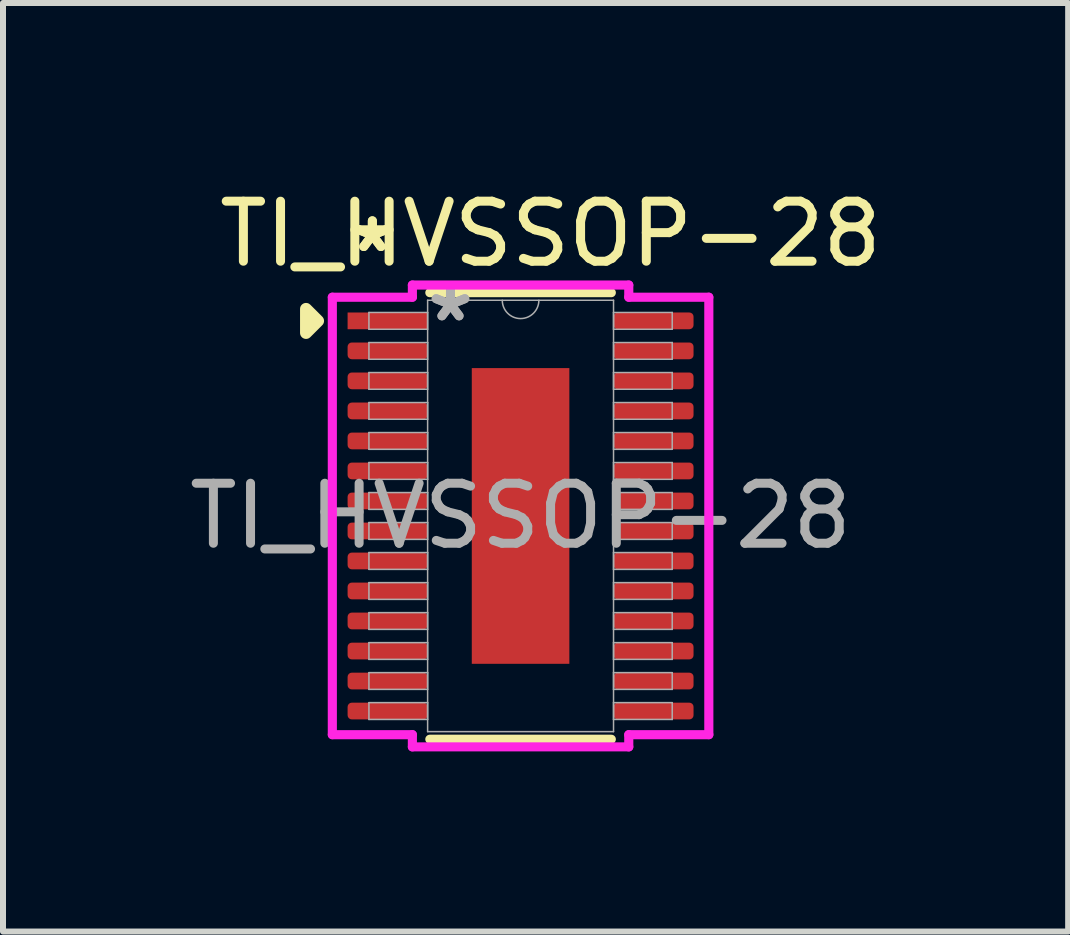
<source format=kicad_pcb>
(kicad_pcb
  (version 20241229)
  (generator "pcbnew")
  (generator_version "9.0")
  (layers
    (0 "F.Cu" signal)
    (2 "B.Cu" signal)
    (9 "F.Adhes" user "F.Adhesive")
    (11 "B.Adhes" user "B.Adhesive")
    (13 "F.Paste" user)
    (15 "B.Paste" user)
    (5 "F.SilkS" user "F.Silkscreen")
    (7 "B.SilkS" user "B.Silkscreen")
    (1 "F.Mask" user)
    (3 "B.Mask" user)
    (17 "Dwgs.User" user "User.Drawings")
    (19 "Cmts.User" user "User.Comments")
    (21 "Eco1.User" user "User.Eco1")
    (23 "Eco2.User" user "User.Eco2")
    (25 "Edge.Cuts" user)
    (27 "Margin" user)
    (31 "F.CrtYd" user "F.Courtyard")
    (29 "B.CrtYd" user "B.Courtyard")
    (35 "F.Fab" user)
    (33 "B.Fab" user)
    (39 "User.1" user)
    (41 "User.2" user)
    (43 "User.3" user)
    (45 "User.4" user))
  (footprint "TI_HVSSOP-28"
    (layer "F.Cu")
    (at 5.625 5.548)
    (property "Reference" "TI_HVSSOP-28" (at 0.5 -4.7 0) (unlocked yes) (layer "F.SilkS") (effects (font (size 1 1) (thickness 0.15))))
    (attr smd)
    (fp_line (start -1.512 3.721) (end 1.512 3.721) (stroke (width 0.152) (type solid)) (layer "F.SilkS"))
    (fp_line (start 1.512 -3.721) (end -1.512 -3.721) (stroke (width 0.152) (type solid)) (layer "F.SilkS"))
    (fp_poly (pts (xy -3.375 -3.25) (xy -3.575 -3.45) (xy -3.575 -3.05)) (stroke (width 0.2) (type solid)) (fill yes) (layer "F.SilkS"))
    (fp_poly (pts (xy -0.713 -2.364) (xy -0.713 -0.921) (xy 0.713 -0.921) (xy 0.713 -2.364)) (stroke (width 0) (type solid)) (fill yes) (layer "F.Paste"))
    (fp_poly (pts (xy -0.713 -0.721) (xy -0.713 0.721) (xy 0.713 0.721) (xy 0.713 -0.721)) (stroke (width 0) (type solid)) (fill yes) (layer "F.Paste"))
    (fp_poly (pts (xy -0.713 0.921) (xy -0.713 2.364) (xy 0.713 2.364) (xy 0.713 0.921)) (stroke (width 0) (type solid)) (fill yes) (layer "F.Paste"))
    (fp_line (start -3.137 -3.645) (end -1.803 -3.645) (stroke (width 0.152) (type solid)) (layer "F.CrtYd"))
    (fp_line (start -3.137 3.645) (end -3.137 -3.645) (stroke (width 0.152) (type solid)) (layer "F.CrtYd"))
    (fp_line (start -3.137 3.645) (end -1.803 3.645) (stroke (width 0.152) (type solid)) (layer "F.CrtYd"))
    (fp_line (start -1.803 -3.848) (end 1.803 -3.848) (stroke (width 0.152) (type solid)) (layer "F.CrtYd"))
    (fp_line (start -1.803 -3.645) (end -1.803 -3.848) (stroke (width 0.152) (type solid)) (layer "F.CrtYd"))
    (fp_line (start -1.803 3.848) (end -1.803 3.645) (stroke (width 0.152) (type solid)) (layer "F.CrtYd"))
    (fp_line (start 1.803 -3.848) (end 1.803 -3.645) (stroke (width 0.152) (type solid)) (layer "F.CrtYd"))
    (fp_line (start 1.803 3.645) (end 1.803 3.848) (stroke (width 0.152) (type solid)) (layer "F.CrtYd"))
    (fp_line (start 1.803 3.848) (end -1.803 3.848) (stroke (width 0.152) (type solid)) (layer "F.CrtYd"))
    (fp_line (start 3.137 -3.645) (end 1.803 -3.645) (stroke (width 0.152) (type solid)) (layer "F.CrtYd"))
    (fp_line (start 3.137 -3.645) (end 3.137 3.645) (stroke (width 0.152) (type solid)) (layer "F.CrtYd"))
    (fp_line (start 3.137 3.645) (end 1.803 3.645) (stroke (width 0.152) (type solid)) (layer "F.CrtYd"))
    (fp_line (start -2.527 -3.391) (end -2.527 -3.111) (stroke (width 0.025) (type solid)) (layer "F.Fab"))
    (fp_line (start -2.527 -3.111) (end -1.549 -3.111) (stroke (width 0.025) (type solid)) (layer "F.Fab"))
    (fp_line (start -2.527 -2.89) (end -2.527 -2.611) (stroke (width 0.025) (type solid)) (layer "F.Fab"))
    (fp_line (start -2.527 -2.611) (end -1.549 -2.611) (stroke (width 0.025) (type solid)) (layer "F.Fab"))
    (fp_line (start -2.527 -2.39) (end -2.527 -2.111) (stroke (width 0.025) (type solid)) (layer "F.Fab"))
    (fp_line (start -2.527 -2.111) (end -1.549 -2.111) (stroke (width 0.025) (type solid)) (layer "F.Fab"))
    (fp_line (start -2.527 -1.89) (end -2.527 -1.611) (stroke (width 0.025) (type solid)) (layer "F.Fab"))
    (fp_line (start -2.527 -1.611) (end -1.549 -1.611) (stroke (width 0.025) (type solid)) (layer "F.Fab"))
    (fp_line (start -2.527 -1.39) (end -2.527 -1.111) (stroke (width 0.025) (type solid)) (layer "F.Fab"))
    (fp_line (start -2.527 -1.111) (end -1.549 -1.111) (stroke (width 0.025) (type solid)) (layer "F.Fab"))
    (fp_line (start -2.527 -0.89) (end -2.527 -0.61) (stroke (width 0.025) (type solid)) (layer "F.Fab"))
    (fp_line (start -2.527 -0.61) (end -1.549 -0.61) (stroke (width 0.025) (type solid)) (layer "F.Fab"))
    (fp_line (start -2.527 -0.39) (end -2.527 -0.11) (stroke (width 0.025) (type solid)) (layer "F.Fab"))
    (fp_line (start -2.527 -0.11) (end -1.549 -0.11) (stroke (width 0.025) (type solid)) (layer "F.Fab"))
    (fp_line (start -2.527 0.11) (end -2.527 0.39) (stroke (width 0.025) (type solid)) (layer "F.Fab"))
    (fp_line (start -2.527 0.39) (end -1.549 0.39) (stroke (width 0.025) (type solid)) (layer "F.Fab"))
    (fp_line (start -2.527 0.61) (end -2.527 0.89) (stroke (width 0.025) (type solid)) (layer "F.Fab"))
    (fp_line (start -2.527 0.89) (end -1.549 0.89) (stroke (width 0.025) (type solid)) (layer "F.Fab"))
    (fp_line (start -2.527 1.111) (end -2.527 1.39) (stroke (width 0.025) (type solid)) (layer "F.Fab"))
    (fp_line (start -2.527 1.39) (end -1.549 1.39) (stroke (width 0.025) (type solid)) (layer "F.Fab"))
    (fp_line (start -2.527 1.611) (end -2.527 1.89) (stroke (width 0.025) (type solid)) (layer "F.Fab"))
    (fp_line (start -2.527 1.89) (end -1.549 1.89) (stroke (width 0.025) (type solid)) (layer "F.Fab"))
    (fp_line (start -2.527 2.111) (end -2.527 2.39) (stroke (width 0.025) (type solid)) (layer "F.Fab"))
    (fp_line (start -2.527 2.39) (end -1.549 2.39) (stroke (width 0.025) (type solid)) (layer "F.Fab"))
    (fp_line (start -2.527 2.611) (end -2.527 2.89) (stroke (width 0.025) (type solid)) (layer "F.Fab"))
    (fp_line (start -2.527 2.89) (end -1.549 2.89) (stroke (width 0.025) (type solid)) (layer "F.Fab"))
    (fp_line (start -2.527 3.111) (end -2.527 3.391) (stroke (width 0.025) (type solid)) (layer "F.Fab"))
    (fp_line (start -2.527 3.391) (end -1.549 3.391) (stroke (width 0.025) (type solid)) (layer "F.Fab"))
    (fp_line (start -1.549 -3.594) (end -1.549 3.594) (stroke (width 0.025) (type solid)) (layer "F.Fab"))
    (fp_line (start -1.549 -3.391) (end -2.527 -3.391) (stroke (width 0.025) (type solid)) (layer "F.Fab"))
    (fp_line (start -1.549 -3.111) (end -1.549 -3.391) (stroke (width 0.025) (type solid)) (layer "F.Fab"))
    (fp_line (start -1.549 -2.89) (end -2.527 -2.89) (stroke (width 0.025) (type solid)) (layer "F.Fab"))
    (fp_line (start -1.549 -2.611) (end -1.549 -2.89) (stroke (width 0.025) (type solid)) (layer "F.Fab"))
    (fp_line (start -1.549 -2.39) (end -2.527 -2.39) (stroke (width 0.025) (type solid)) (layer "F.Fab"))
    (fp_line (start -1.549 -2.111) (end -1.549 -2.39) (stroke (width 0.025) (type solid)) (layer "F.Fab"))
    (fp_line (start -1.549 -1.89) (end -2.527 -1.89) (stroke (width 0.025) (type solid)) (layer "F.Fab"))
    (fp_line (start -1.549 -1.611) (end -1.549 -1.89) (stroke (width 0.025) (type solid)) (layer "F.Fab"))
    (fp_line (start -1.549 -1.39) (end -2.527 -1.39) (stroke (width 0.025) (type solid)) (layer "F.Fab"))
    (fp_line (start -1.549 -1.111) (end -1.549 -1.39) (stroke (width 0.025) (type solid)) (layer "F.Fab"))
    (fp_line (start -1.549 -0.89) (end -2.527 -0.89) (stroke (width 0.025) (type solid)) (layer "F.Fab"))
    (fp_line (start -1.549 -0.61) (end -1.549 -0.89) (stroke (width 0.025) (type solid)) (layer "F.Fab"))
    (fp_line (start -1.549 -0.39) (end -2.527 -0.39) (stroke (width 0.025) (type solid)) (layer "F.Fab"))
    (fp_line (start -1.549 -0.11) (end -1.549 -0.39) (stroke (width 0.025) (type solid)) (layer "F.Fab"))
    (fp_line (start -1.549 0.11) (end -2.527 0.11) (stroke (width 0.025) (type solid)) (layer "F.Fab"))
    (fp_line (start -1.549 0.39) (end -1.549 0.11) (stroke (width 0.025) (type solid)) (layer "F.Fab"))
    (fp_line (start -1.549 0.61) (end -2.527 0.61) (stroke (width 0.025) (type solid)) (layer "F.Fab"))
    (fp_line (start -1.549 0.89) (end -1.549 0.61) (stroke (width 0.025) (type solid)) (layer "F.Fab"))
    (fp_line (start -1.549 1.111) (end -2.527 1.111) (stroke (width 0.025) (type solid)) (layer "F.Fab"))
    (fp_line (start -1.549 1.39) (end -1.549 1.111) (stroke (width 0.025) (type solid)) (layer "F.Fab"))
    (fp_line (start -1.549 1.611) (end -2.527 1.611) (stroke (width 0.025) (type solid)) (layer "F.Fab"))
    (fp_line (start -1.549 1.89) (end -1.549 1.611) (stroke (width 0.025) (type solid)) (layer "F.Fab"))
    (fp_line (start -1.549 2.111) (end -2.527 2.111) (stroke (width 0.025) (type solid)) (layer "F.Fab"))
    (fp_line (start -1.549 2.39) (end -1.549 2.111) (stroke (width 0.025) (type solid)) (layer "F.Fab"))
    (fp_line (start -1.549 2.611) (end -2.527 2.611) (stroke (width 0.025) (type solid)) (layer "F.Fab"))
    (fp_line (start -1.549 2.89) (end -1.549 2.611) (stroke (width 0.025) (type solid)) (layer "F.Fab"))
    (fp_line (start -1.549 3.111) (end -2.527 3.111) (stroke (width 0.025) (type solid)) (layer "F.Fab"))
    (fp_line (start -1.549 3.391) (end -1.549 3.111) (stroke (width 0.025) (type solid)) (layer "F.Fab"))
    (fp_line (start -1.549 3.594) (end 1.549 3.594) (stroke (width 0.025) (type solid)) (layer "F.Fab"))
    (fp_line (start 1.549 -3.594) (end -1.549 -3.594) (stroke (width 0.025) (type solid)) (layer "F.Fab"))
    (fp_line (start 1.549 -3.391) (end 1.549 -3.111) (stroke (width 0.025) (type solid)) (layer "F.Fab"))
    (fp_line (start 1.549 -3.111) (end 2.527 -3.111) (stroke (width 0.025) (type solid)) (layer "F.Fab"))
    (fp_line (start 1.549 -2.89) (end 1.549 -2.611) (stroke (width 0.025) (type solid)) (layer "F.Fab"))
    (fp_line (start 1.549 -2.611) (end 2.527 -2.611) (stroke (width 0.025) (type solid)) (layer "F.Fab"))
    (fp_line (start 1.549 -2.39) (end 1.549 -2.111) (stroke (width 0.025) (type solid)) (layer "F.Fab"))
    (fp_line (start 1.549 -2.111) (end 2.527 -2.111) (stroke (width 0.025) (type solid)) (layer "F.Fab"))
    (fp_line (start 1.549 -1.89) (end 1.549 -1.611) (stroke (width 0.025) (type solid)) (layer "F.Fab"))
    (fp_line (start 1.549 -1.611) (end 2.527 -1.611) (stroke (width 0.025) (type solid)) (layer "F.Fab"))
    (fp_line (start 1.549 -1.39) (end 1.549 -1.111) (stroke (width 0.025) (type solid)) (layer "F.Fab"))
    (fp_line (start 1.549 -1.111) (end 2.527 -1.111) (stroke (width 0.025) (type solid)) (layer "F.Fab"))
    (fp_line (start 1.549 -0.89) (end 1.549 -0.61) (stroke (width 0.025) (type solid)) (layer "F.Fab"))
    (fp_line (start 1.549 -0.61) (end 2.527 -0.61) (stroke (width 0.025) (type solid)) (layer "F.Fab"))
    (fp_line (start 1.549 -0.39) (end 1.549 -0.11) (stroke (width 0.025) (type solid)) (layer "F.Fab"))
    (fp_line (start 1.549 -0.11) (end 2.527 -0.11) (stroke (width 0.025) (type solid)) (layer "F.Fab"))
    (fp_line (start 1.549 0.11) (end 1.549 0.39) (stroke (width 0.025) (type solid)) (layer "F.Fab"))
    (fp_line (start 1.549 0.39) (end 2.527 0.39) (stroke (width 0.025) (type solid)) (layer "F.Fab"))
    (fp_line (start 1.549 0.61) (end 1.549 0.89) (stroke (width 0.025) (type solid)) (layer "F.Fab"))
    (fp_line (start 1.549 0.89) (end 2.527 0.89) (stroke (width 0.025) (type solid)) (layer "F.Fab"))
    (fp_line (start 1.549 1.111) (end 1.549 1.39) (stroke (width 0.025) (type solid)) (layer "F.Fab"))
    (fp_line (start 1.549 1.39) (end 2.527 1.39) (stroke (width 0.025) (type solid)) (layer "F.Fab"))
    (fp_line (start 1.549 1.611) (end 1.549 1.89) (stroke (width 0.025) (type solid)) (layer "F.Fab"))
    (fp_line (start 1.549 1.89) (end 2.527 1.89) (stroke (width 0.025) (type solid)) (layer "F.Fab"))
    (fp_line (start 1.549 2.111) (end 1.549 2.39) (stroke (width 0.025) (type solid)) (layer "F.Fab"))
    (fp_line (start 1.549 2.39) (end 2.527 2.39) (stroke (width 0.025) (type solid)) (layer "F.Fab"))
    (fp_line (start 1.549 2.611) (end 1.549 2.89) (stroke (width 0.025) (type solid)) (layer "F.Fab"))
    (fp_line (start 1.549 2.89) (end 2.527 2.89) (stroke (width 0.025) (type solid)) (layer "F.Fab"))
    (fp_line (start 1.549 3.111) (end 1.549 3.391) (stroke (width 0.025) (type solid)) (layer "F.Fab"))
    (fp_line (start 1.549 3.391) (end 2.527 3.391) (stroke (width 0.025) (type solid)) (layer "F.Fab"))
    (fp_line (start 1.549 3.594) (end 1.549 -3.594) (stroke (width 0.025) (type solid)) (layer "F.Fab"))
    (fp_line (start 2.527 -3.391) (end 1.549 -3.391) (stroke (width 0.025) (type solid)) (layer "F.Fab"))
    (fp_line (start 2.527 -3.111) (end 2.527 -3.391) (stroke (width 0.025) (type solid)) (layer "F.Fab"))
    (fp_line (start 2.527 -2.89) (end 1.549 -2.89) (stroke (width 0.025) (type solid)) (layer "F.Fab"))
    (fp_line (start 2.527 -2.611) (end 2.527 -2.89) (stroke (width 0.025) (type solid)) (layer "F.Fab"))
    (fp_line (start 2.527 -2.39) (end 1.549 -2.39) (stroke (width 0.025) (type solid)) (layer "F.Fab"))
    (fp_line (start 2.527 -2.111) (end 2.527 -2.39) (stroke (width 0.025) (type solid)) (layer "F.Fab"))
    (fp_line (start 2.527 -1.89) (end 1.549 -1.89) (stroke (width 0.025) (type solid)) (layer "F.Fab"))
    (fp_line (start 2.527 -1.611) (end 2.527 -1.89) (stroke (width 0.025) (type solid)) (layer "F.Fab"))
    (fp_line (start 2.527 -1.39) (end 1.549 -1.39) (stroke (width 0.025) (type solid)) (layer "F.Fab"))
    (fp_line (start 2.527 -1.111) (end 2.527 -1.39) (stroke (width 0.025) (type solid)) (layer "F.Fab"))
    (fp_line (start 2.527 -0.89) (end 1.549 -0.89) (stroke (width 0.025) (type solid)) (layer "F.Fab"))
    (fp_line (start 2.527 -0.61) (end 2.527 -0.89) (stroke (width 0.025) (type solid)) (layer "F.Fab"))
    (fp_line (start 2.527 -0.39) (end 1.549 -0.39) (stroke (width 0.025) (type solid)) (layer "F.Fab"))
    (fp_line (start 2.527 -0.11) (end 2.527 -0.39) (stroke (width 0.025) (type solid)) (layer "F.Fab"))
    (fp_line (start 2.527 0.11) (end 1.549 0.11) (stroke (width 0.025) (type solid)) (layer "F.Fab"))
    (fp_line (start 2.527 0.39) (end 2.527 0.11) (stroke (width 0.025) (type solid)) (layer "F.Fab"))
    (fp_line (start 2.527 0.61) (end 1.549 0.61) (stroke (width 0.025) (type solid)) (layer "F.Fab"))
    (fp_line (start 2.527 0.89) (end 2.527 0.61) (stroke (width 0.025) (type solid)) (layer "F.Fab"))
    (fp_line (start 2.527 1.111) (end 1.549 1.111) (stroke (width 0.025) (type solid)) (layer "F.Fab"))
    (fp_line (start 2.527 1.39) (end 2.527 1.111) (stroke (width 0.025) (type solid)) (layer "F.Fab"))
    (fp_line (start 2.527 1.611) (end 1.549 1.611) (stroke (width 0.025) (type solid)) (layer "F.Fab"))
    (fp_line (start 2.527 1.89) (end 2.527 1.611) (stroke (width 0.025) (type solid)) (layer "F.Fab"))
    (fp_line (start 2.527 2.111) (end 1.549 2.111) (stroke (width 0.025) (type solid)) (layer "F.Fab"))
    (fp_line (start 2.527 2.39) (end 2.527 2.111) (stroke (width 0.025) (type solid)) (layer "F.Fab"))
    (fp_line (start 2.527 2.611) (end 1.549 2.611) (stroke (width 0.025) (type solid)) (layer "F.Fab"))
    (fp_line (start 2.527 2.89) (end 2.527 2.611) (stroke (width 0.025) (type solid)) (layer "F.Fab"))
    (fp_line (start 2.527 3.111) (end 1.549 3.111) (stroke (width 0.025) (type solid)) (layer "F.Fab"))
    (fp_line (start 2.527 3.391) (end 2.527 3.111) (stroke (width 0.025) (type solid)) (layer "F.Fab"))
    (fp_arc (start 0.3048 -3.5941) (mid 0 -3.2893) (end -0.3048 -3.5941) (stroke (width 0.0254) (type solid)) (layer "F.Fab"))
    (fp_text user "*" (at -2.47 -4.373 0) (layer "F.SilkS") (effects (font (size 1 1) (thickness 0.15))))
    (fp_text user "*" (at -2.47 -4.373 0) (unlocked yes) (layer "F.SilkS") (effects (font (size 1 1) (thickness 0.15))))
    (fp_text user "*" (at -1.168 -3.218 0) (unlocked yes) (layer "F.Fab") (effects (font (size 1 1) (thickness 0.15))))
    (fp_text user "*" (at -1.168 -3.218 0) (layer "F.Fab") (effects (font (size 1 1) (thickness 0.15))))
    (fp_text user "${REFERENCE}" (at 0 0 0) (unlocked yes) (layer "F.Fab") (effects (font (size 1 1) (thickness 0.15))))
    (pad "1" smd rect (at -2.216 -3.251) (size 1.333 0.279) (layers "F.Cu" "F.Mask" "F.Paste"))
    (pad "2" smd roundrect (at -2.216 -2.751) (size 1.333 0.279) (layers "F.Cu" "F.Mask" "F.Paste") (roundrect_rratio 0.25))
    (pad "3" smd roundrect (at -2.216 -2.251) (size 1.333 0.279) (layers "F.Cu" "F.Mask" "F.Paste") (roundrect_rratio 0.25))
    (pad "4" smd roundrect (at -2.216 -1.75) (size 1.333 0.279) (layers "F.Cu" "F.Mask" "F.Paste") (roundrect_rratio 0.25))
    (pad "5" smd roundrect (at -2.216 -1.25) (size 1.333 0.279) (layers "F.Cu" "F.Mask" "F.Paste") (roundrect_rratio 0.25))
    (pad "6" smd roundrect (at -2.216 -0.75) (size 1.333 0.279) (layers "F.Cu" "F.Mask" "F.Paste") (roundrect_rratio 0.25))
    (pad "7" smd roundrect (at -2.216 -0.25) (size 1.333 0.279) (layers "F.Cu" "F.Mask" "F.Paste") (roundrect_rratio 0.25))
    (pad "8" smd roundrect (at -2.216 0.25) (size 1.333 0.279) (layers "F.Cu" "F.Mask" "F.Paste") (roundrect_rratio 0.25))
    (pad "9" smd roundrect (at -2.216 0.75) (size 1.333 0.279) (layers "F.Cu" "F.Mask" "F.Paste") (roundrect_rratio 0.25))
    (pad "10" smd roundrect (at -2.216 1.25) (size 1.333 0.279) (layers "F.Cu" "F.Mask" "F.Paste") (roundrect_rratio 0.25))
    (pad "11" smd roundrect (at -2.216 1.75) (size 1.333 0.279) (layers "F.Cu" "F.Mask" "F.Paste") (roundrect_rratio 0.25))
    (pad "12" smd roundrect (at -2.216 2.251) (size 1.333 0.279) (layers "F.Cu" "F.Mask" "F.Paste") (roundrect_rratio 0.25))
    (pad "13" smd roundrect (at -2.216 2.751) (size 1.333 0.279) (layers "F.Cu" "F.Mask" "F.Paste") (roundrect_rratio 0.25))
    (pad "14" smd roundrect (at -2.216 3.251) (size 1.333 0.279) (layers "F.Cu" "F.Mask" "F.Paste") (roundrect_rratio 0.25))
    (pad "15" smd roundrect (at 2.216 3.251) (size 1.333 0.279) (layers "F.Cu" "F.Mask" "F.Paste") (roundrect_rratio 0.25))
    (pad "16" smd roundrect (at 2.216 2.751) (size 1.333 0.279) (layers "F.Cu" "F.Mask" "F.Paste") (roundrect_rratio 0.25))
    (pad "17" smd roundrect (at 2.216 2.251) (size 1.333 0.279) (layers "F.Cu" "F.Mask" "F.Paste") (roundrect_rratio 0.25))
    (pad "18" smd roundrect (at 2.216 1.75) (size 1.333 0.279) (layers "F.Cu" "F.Mask" "F.Paste") (roundrect_rratio 0.25))
    (pad "19" smd roundrect (at 2.216 1.25) (size 1.333 0.279) (layers "F.Cu" "F.Mask" "F.Paste") (roundrect_rratio 0.25))
    (pad "20" smd roundrect (at 2.216 0.75) (size 1.333 0.279) (layers "F.Cu" "F.Mask" "F.Paste") (roundrect_rratio 0.25))
    (pad "21" smd roundrect (at 2.216 0.25) (size 1.333 0.279) (layers "F.Cu" "F.Mask" "F.Paste") (roundrect_rratio 0.25))
    (pad "22" smd roundrect (at 2.216 -0.25) (size 1.333 0.279) (layers "F.Cu" "F.Mask" "F.Paste") (roundrect_rratio 0.25))
    (pad "23" smd roundrect (at 2.216 -0.75) (size 1.333 0.279) (layers "F.Cu" "F.Mask" "F.Paste") (roundrect_rratio 0.25))
    (pad "24" smd roundrect (at 2.216 -1.25) (size 1.333 0.279) (layers "F.Cu" "F.Mask" "F.Paste") (roundrect_rratio 0.25))
    (pad "25" smd roundrect (at 2.216 -1.75) (size 1.333 0.279) (layers "F.Cu" "F.Mask" "F.Paste") (roundrect_rratio 0.25))
    (pad "26" smd roundrect (at 2.216 -2.251) (size 1.333 0.279) (layers "F.Cu" "F.Mask" "F.Paste") (roundrect_rratio 0.25))
    (pad "27" smd roundrect (at 2.216 -2.751) (size 1.333 0.279) (layers "F.Cu" "F.Mask" "F.Paste") (roundrect_rratio 0.25))
    (pad "28" smd roundrect (at 2.216 -3.251) (size 1.333 0.279) (layers "F.Cu" "F.Mask" "F.Paste") (roundrect_rratio 0.25))
    (pad "EP" smd rect (at 0 0) (size 1.626 4.928) (layers "F.Cu" "F.Mask")))
  (gr_rect
    (start -3 -3)
    (end 14.75 12.473)
    (stroke (width 0.1) (type default))
    (fill no)
    (layer "Edge.Cuts")))
</source>
